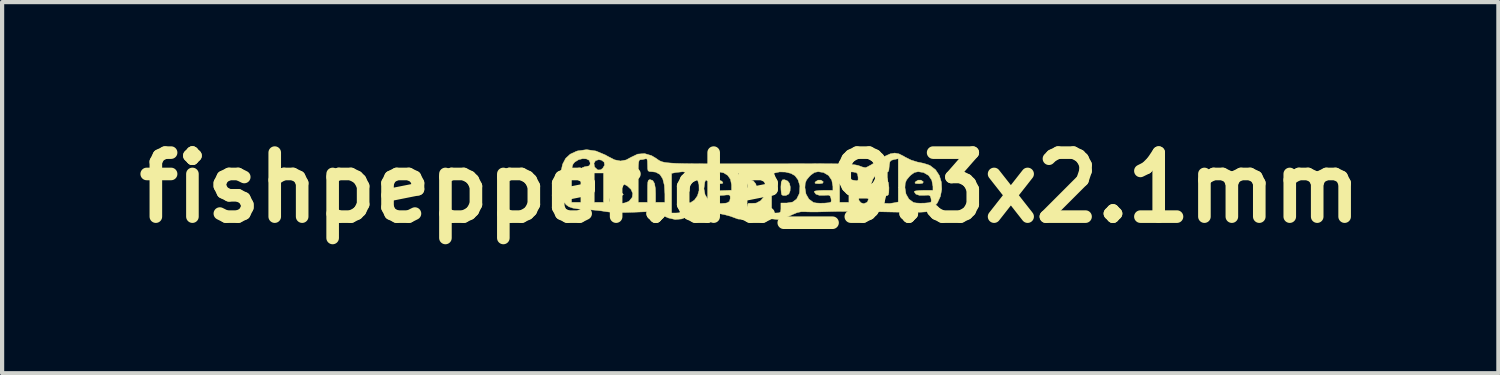
<source format=kicad_pcb>
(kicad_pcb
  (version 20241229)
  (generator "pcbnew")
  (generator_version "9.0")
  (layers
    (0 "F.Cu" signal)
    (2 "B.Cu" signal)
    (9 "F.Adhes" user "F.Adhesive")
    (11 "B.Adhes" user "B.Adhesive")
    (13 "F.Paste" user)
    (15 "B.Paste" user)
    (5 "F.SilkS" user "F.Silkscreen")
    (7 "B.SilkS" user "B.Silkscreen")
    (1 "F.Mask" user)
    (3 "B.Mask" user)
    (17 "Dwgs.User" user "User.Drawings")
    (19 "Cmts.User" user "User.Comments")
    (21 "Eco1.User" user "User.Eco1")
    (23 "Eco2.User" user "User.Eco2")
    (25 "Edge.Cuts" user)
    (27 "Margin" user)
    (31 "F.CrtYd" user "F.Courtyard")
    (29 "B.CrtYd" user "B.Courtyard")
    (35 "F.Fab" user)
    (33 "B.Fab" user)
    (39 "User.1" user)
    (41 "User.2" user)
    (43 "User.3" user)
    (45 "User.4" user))
  (footprint "fishpepper.de_9.3x2.1mm"
    (layer "F.Cu")
    (at 14.812 1.418)
    (property "Reference" "fishpepper.de_9.3x2.1mm" (at 0 0 0) (layer "F.SilkS") (effects (font (size 1.524 1.524) (thickness 0.3))))
    (attr through_hole)
    (fp_poly (pts (xy -0.678 -0.155) (xy -0.668 -0.144) (xy -0.649 -0.112) (xy -0.673 -0.098) (xy -0.745 -0.095) (xy -0.827 -0.104) (xy -0.851 -0.13) (xy -0.849 -0.135) (xy -0.808 -0.175) (xy -0.742 -0.182) (xy -0.678 -0.155)) (stroke (width 0.01) (type solid)) (fill yes) (layer "F.SilkS"))
    (fp_poly (pts (xy 1.733 -0.146) (xy 1.738 -0.135) (xy 1.723 -0.106) (xy 1.648 -0.095) (xy 1.634 -0.095) (xy 1.56 -0.099) (xy 1.538 -0.113) (xy 1.557 -0.144) (xy 1.615 -0.179) (xy 1.684 -0.179) (xy 1.733 -0.146)) (stroke (width 0.01) (type solid)) (fill yes) (layer "F.SilkS"))
    (fp_poly (pts (xy 4.114 -0.146) (xy 4.12 -0.135) (xy 4.104 -0.106) (xy 4.029 -0.095) (xy 4.015 -0.095) (xy 3.941 -0.099) (xy 3.92 -0.113) (xy 3.938 -0.144) (xy 3.997 -0.179) (xy 4.065 -0.179) (xy 4.114 -0.146)) (stroke (width 0.01) (type solid)) (fill yes) (layer "F.SilkS"))
    (fp_poly (pts (xy 3.254 -0.182) (xy 3.288 -0.122) (xy 3.302 -0.006) (xy 3.302 0.015) (xy 3.299 0.116) (xy 3.287 0.169) (xy 3.261 0.189) (xy 3.24 0.191) (xy 3.177 0.166) (xy 3.129 0.12) (xy 3.084 0.022) (xy 3.099 -0.07) (xy 3.138 -0.129) (xy 3.203 -0.186) (xy 3.254 -0.182)) (stroke (width 0.01) (type solid)) (fill yes) (layer "F.SilkS"))
    (fp_poly (pts (xy 0.073 -0.162) (xy 0.132 -0.089) (xy 0.159 0.01) (xy 0.159 0.02) (xy 0.138 0.124) (xy 0.075 0.18) (xy 0.01 0.191) (xy -0.031 0.186) (xy -0.053 0.161) (xy -0.062 0.101) (xy -0.064 0) (xy -0.061 -0.107) (xy -0.05 -0.165) (xy -0.027 -0.188) (xy -0.005 -0.191) (xy 0.073 -0.162)) (stroke (width 0.01) (type solid)) (fill yes) (layer "F.SilkS"))
    (fp_poly (pts (xy 0.891 -0.158) (xy 0.933 -0.104) (xy 0.953 -0.018) (xy 0.949 0.075) (xy 0.92 0.147) (xy 0.914 0.152) (xy 0.85 0.186) (xy 0.78 0.185) (xy 0.751 0.169) (xy 0.74 0.128) (xy 0.732 0.045) (xy 0.73 -0.021) (xy 0.738 -0.131) (xy 0.765 -0.185) (xy 0.818 -0.189) (xy 0.891 -0.158)) (stroke (width 0.01) (type solid)) (fill yes) (layer "F.SilkS"))
    (fp_poly (pts (xy -1.529 -0.161) (xy -1.526 -0.16) (xy -1.467 -0.1) (xy -1.442 -0.016) (xy -1.448 0.073) (xy -1.484 0.147) (xy -1.547 0.188) (xy -1.571 0.191) (xy -1.615 0.187) (xy -1.639 0.165) (xy -1.649 0.11) (xy -1.651 0.008) (xy -1.651 0) (xy -1.647 -0.114) (xy -1.629 -0.174) (xy -1.592 -0.187) (xy -1.529 -0.161)) (stroke (width 0.01) (type solid)) (fill yes) (layer "F.SilkS"))
    (fp_poly (pts (xy -3.675 -0.873) (xy -3.452 -0.78) (xy -3.392 -0.746) (xy -3.23 -0.663) (xy -3.088 -0.635) (xy -2.955 -0.66) (xy -2.841 -0.722) (xy -2.681 -0.799) (xy -2.517 -0.812) (xy -2.35 -0.763) (xy -2.243 -0.699) (xy -2.207 -0.673) (xy -2.174 -0.65) (xy -2.139 -0.632) (xy -2.097 -0.616) (xy -2.043 -0.603) (xy -1.973 -0.593) (xy -1.88 -0.585) (xy -1.761 -0.578) (xy -1.611 -0.574) (xy -1.425 -0.571) (xy -1.197 -0.569) (xy -0.923 -0.568) (xy -0.599 -0.568) (xy -0.218 -0.568) (xy 0.032 -0.568) (xy 0.291 -0.568) (xy 0.539 -0.568) (xy 0.766 -0.568) (xy 0.961 -0.569) (xy 1.117 -0.569) (xy 1.223 -0.569) (xy 1.254 -0.569) (xy 1.589 -0.571) (xy 1.865 -0.57) (xy 2.089 -0.567) (xy 2.265 -0.562) (xy 2.4 -0.554) (xy 2.498 -0.543) (xy 2.564 -0.53) (xy 2.588 -0.522) (xy 2.672 -0.491) (xy 2.736 -0.477) (xy 2.742 -0.476) (xy 2.786 -0.493) (xy 2.869 -0.538) (xy 2.977 -0.603) (xy 3.051 -0.651) (xy 3.209 -0.749) (xy 3.334 -0.806) (xy 3.44 -0.824) (xy 3.541 -0.805) (xy 3.651 -0.75) (xy 3.685 -0.729) (xy 3.827 -0.658) (xy 3.983 -0.609) (xy 4.011 -0.604) (xy 4.129 -0.579) (xy 4.237 -0.545) (xy 4.281 -0.527) (xy 4.412 -0.426) (xy 4.502 -0.29) (xy 4.55 -0.131) (xy 4.559 0.039) (xy 4.527 0.208) (xy 4.455 0.363) (xy 4.345 0.492) (xy 4.239 0.564) (xy 4.182 0.575) (xy 4.065 0.583) (xy 3.892 0.586) (xy 3.664 0.585) (xy 3.445 0.581) (xy 3.078 0.573) (xy 2.767 0.568) (xy 2.502 0.565) (xy 2.275 0.564) (xy 2.078 0.565) (xy 1.902 0.569) (xy 1.762 0.573) (xy 1.61 0.577) (xy 1.461 0.578) (xy 1.341 0.575) (xy 1.318 0.573) (xy 1.213 0.573) (xy 1.117 0.593) (xy 1.002 0.641) (xy 0.961 0.662) (xy 0.799 0.731) (xy 0.658 0.758) (xy 0.514 0.743) (xy 0.402 0.711) (xy 0.305 0.682) (xy 0.232 0.677) (xy 0.148 0.695) (xy 0.096 0.711) (xy -0.112 0.757) (xy -0.289 0.747) (xy -0.387 0.711) (xy -0.474 0.679) (xy -0.6 0.645) (xy -0.75 0.614) (xy -0.905 0.588) (xy -1.049 0.571) (xy -1.164 0.564) (xy -1.23 0.57) (xy -1.309 0.6) (xy -1.413 0.648) (xy -1.473 0.679) (xy -1.633 0.744) (xy -1.786 0.758) (xy -1.948 0.721) (xy -2.08 0.662) (xy -2.27 0.564) (xy -2.762 0.584) (xy -3.003 0.591) (xy -3.205 0.589) (xy -3.36 0.58) (xy -3.429 0.571) (xy -3.542 0.553) (xy -3.693 0.536) (xy -3.853 0.523) (xy -3.905 0.52) (xy -4.09 0.507) (xy -4.223 0.486) (xy -4.317 0.454) (xy -4.384 0.406) (xy -4.436 0.336) (xy -4.453 0.305) (xy -4.486 0.231) (xy -4.507 0.151) (xy -4.518 0.047) (xy -4.521 -0.089) (xy -4.255 -0.089) (xy -4.255 0.349) (xy -4.032 0.349) (xy -4.032 -0.159) (xy -3.921 -0.159) (xy -3.846 -0.164) (xy -3.816 -0.191) (xy -3.81 -0.254) (xy -3.816 -0.318) (xy -3.847 -0.344) (xy -3.921 -0.349) (xy -3.715 -0.349) (xy -3.715 0.349) (xy -3.493 0.349) (xy -3.493 0.296) (xy -3.352 0.296) (xy -3.342 0.337) (xy -3.285 0.365) (xy -3.197 0.379) (xy -3.094 0.379) (xy -2.991 0.364) (xy -2.905 0.333) (xy -2.878 0.315) (xy -2.81 0.23) (xy -2.798 0.135) (xy -2.839 0.04) (xy -2.928 -0.043) (xy -3.024 -0.092) (xy -3.097 -0.132) (xy -3.108 -0.159) (xy -2.667 -0.159) (xy -2.667 0.349) (xy -2.445 0.349) (xy -2.445 0.079) (xy -2.444 -0.052) (xy -2.438 -0.132) (xy -2.425 -0.174) (xy -2.402 -0.189) (xy -2.382 -0.191) (xy -2.32 -0.169) (xy -2.279 -0.099) (xy -2.258 0.022) (xy -2.254 0.141) (xy -2.254 0.349) (xy -2.032 0.349) (xy -2.032 0.151) (xy -2.045 -0.058) (xy -2.084 -0.212) (xy -2.151 -0.315) (xy -2.198 -0.341) (xy -1.873 -0.341) (xy -1.873 0.603) (xy -1.762 0.603) (xy -1.69 0.599) (xy -1.658 0.574) (xy -1.651 0.509) (xy -1.651 0.483) (xy -1.648 0.404) (xy -1.627 0.373) (xy -1.572 0.371) (xy -1.546 0.374) (xy -1.427 0.36) (xy -1.329 0.296) (xy -1.257 0.195) (xy -1.219 0.068) (xy -1.219 0.025) (xy -1.103 0.025) (xy -1.076 0.167) (xy -1.005 0.282) (xy -0.895 0.356) (xy -0.889 0.359) (xy -0.806 0.374) (xy -0.694 0.377) (xy -0.586 0.369) (xy -0.548 0.361) (xy -0.492 0.326) (xy -0.476 0.252) (xy -0.476 0.252) (xy -0.479 0.198) (xy -0.5 0.174) (xy -0.554 0.172) (xy -0.629 0.18) (xy -0.733 0.186) (xy -0.799 0.171) (xy -0.841 0.139) (xy -0.869 0.108) (xy -0.869 0.09) (xy -0.83 0.079) (xy -0.744 0.073) (xy -0.673 0.07) (xy -0.445 0.061) (xy -0.445 -0.067) (xy -0.47 -0.197) (xy -0.536 -0.293) (xy -0.613 -0.341) (xy -0.286 -0.341) (xy -0.286 0.603) (xy -0.175 0.603) (xy -0.103 0.599) (xy -0.071 0.574) (xy -0.064 0.51) (xy -0.064 0.481) (xy -0.06 0.402) (xy -0.041 0.371) (xy 0.005 0.371) (xy 0.016 0.373) (xy 0.14 0.368) (xy 0.249 0.31) (xy 0.331 0.211) (xy 0.376 0.08) (xy 0.381 0.017) (xy 0.356 -0.143) (xy 0.282 -0.264) (xy 0.201 -0.319) (xy 0.508 -0.319) (xy 0.508 0.603) (xy 0.619 0.603) (xy 0.692 0.599) (xy 0.723 0.573) (xy 0.73 0.508) (xy 0.73 0.484) (xy 0.73 0.365) (xy 0.872 0.365) (xy 1.008 0.343) (xy 1.104 0.272) (xy 1.164 0.151) (xy 1.174 0.114) (xy 1.18 -0.002) (xy 1.302 -0.002) (xy 1.327 0.151) (xy 1.397 0.273) (xy 1.505 0.352) (xy 1.568 0.365) (xy 1.663 0.37) (xy 1.769 0.368) (xy 1.861 0.36) (xy 1.917 0.346) (xy 1.922 0.342) (xy 1.929 0.302) (xy 1.92 0.246) (xy 1.902 0.198) (xy 1.867 0.178) (xy 1.795 0.179) (xy 1.76 0.183) (xy 1.644 0.182) (xy 1.562 0.153) (xy 1.525 0.101) (xy 1.524 0.091) (xy 1.553 0.078) (xy 1.63 0.068) (xy 1.737 0.064) (xy 1.746 0.064) (xy 1.968 0.064) (xy 1.968 0.015) (xy 2.127 0.015) (xy 2.127 0.349) (xy 2.349 0.349) (xy 2.349 0.216) (xy 2.577 0.216) (xy 2.588 0.302) (xy 2.636 0.36) (xy 2.704 0.381) (xy 2.774 0.353) (xy 2.794 0.334) (xy 2.817 0.264) (xy 2.812 0.205) (xy 2.788 0.148) (xy 2.74 0.131) (xy 2.69 0.133) (xy 2.613 0.152) (xy 2.581 0.198) (xy 2.577 0.216) (xy 2.349 0.216) (xy 2.349 0.04) (xy 2.87 0.04) (xy 2.897 0.162) (xy 2.961 0.266) (xy 3.026 0.319) (xy 3.159 0.371) (xy 3.319 0.377) (xy 3.425 0.361) (xy 3.524 0.341) (xy 3.524 -0.002) (xy 3.683 -0.002) (xy 3.708 0.151) (xy 3.778 0.273) (xy 3.886 0.352) (xy 3.949 0.365) (xy 4.045 0.37) (xy 4.15 0.368) (xy 4.242 0.36) (xy 4.298 0.346) (xy 4.304 0.342) (xy 4.31 0.302) (xy 4.301 0.246) (xy 4.283 0.198) (xy 4.248 0.178) (xy 4.176 0.179) (xy 4.141 0.183) (xy 4.026 0.182) (xy 3.943 0.153) (xy 3.906 0.101) (xy 3.905 0.091) (xy 3.934 0.078) (xy 4.011 0.068) (xy 4.119 0.064) (xy 4.128 0.064) (xy 4.35 0.064) (xy 4.35 -0.03) (xy 4.322 -0.178) (xy 4.246 -0.291) (xy 4.127 -0.361) (xy 3.998 -0.381) (xy 3.911 -0.363) (xy 3.826 -0.303) (xy 3.79 -0.268) (xy 3.721 -0.184) (xy 3.69 -0.105) (xy 3.683 -0.002) (xy 3.524 -0.002) (xy 3.524 -0.69) (xy 3.421 -0.67) (xy 3.357 -0.651) (xy 3.325 -0.617) (xy 3.312 -0.547) (xy 3.308 -0.505) (xy 3.3 -0.418) (xy 3.282 -0.378) (xy 3.241 -0.37) (xy 3.197 -0.374) (xy 3.081 -0.361) (xy 2.988 -0.3) (xy 2.919 -0.204) (xy 2.879 -0.086) (xy 2.87 0.04) (xy 2.349 0.04) (xy 2.349 -0.198) (xy 2.463 -0.176) (xy 2.537 -0.165) (xy 2.567 -0.18) (xy 2.568 -0.235) (xy 2.566 -0.26) (xy 2.554 -0.328) (xy 2.523 -0.36) (xy 2.452 -0.373) (xy 2.427 -0.375) (xy 2.32 -0.373) (xy 2.225 -0.356) (xy 2.213 -0.352) (xy 2.175 -0.335) (xy 2.15 -0.312) (xy 2.136 -0.271) (xy 2.129 -0.198) (xy 2.127 -0.082) (xy 2.127 0.015) (xy 1.968 0.015) (xy 1.968 -0.03) (xy 1.941 -0.178) (xy 1.864 -0.291) (xy 1.746 -0.361) (xy 1.617 -0.381) (xy 1.53 -0.363) (xy 1.445 -0.303) (xy 1.409 -0.268) (xy 1.34 -0.184) (xy 1.309 -0.105) (xy 1.302 -0.002) (xy 1.18 -0.002) (xy 1.182 -0.044) (xy 1.137 -0.189) (xy 1.065 -0.285) (xy 0.969 -0.34) (xy 0.839 -0.372) (xy 0.701 -0.376) (xy 0.595 -0.353) (xy 0.508 -0.319) (xy 0.201 -0.319) (xy 0.166 -0.343) (xy 0.011 -0.377) (xy -0.178 -0.363) (xy -0.187 -0.361) (xy -0.286 -0.341) (xy -0.613 -0.341) (xy -0.632 -0.353) (xy -0.743 -0.376) (xy -0.858 -0.362) (xy -0.963 -0.308) (xy -1.046 -0.214) (xy -1.082 -0.132) (xy -1.103 0.025) (xy -1.219 0.025) (xy -1.221 -0.071) (xy -1.249 -0.167) (xy -1.329 -0.285) (xy -1.451 -0.356) (xy -1.612 -0.379) (xy -1.774 -0.361) (xy -1.873 -0.341) (xy -2.198 -0.341) (xy -2.248 -0.369) (xy -2.341 -0.381) (xy -2.402 -0.384) (xy -2.433 -0.403) (xy -2.443 -0.454) (xy -2.445 -0.543) (xy -2.448 -0.638) (xy -2.46 -0.683) (xy -2.486 -0.689) (xy -2.495 -0.686) (xy -2.571 -0.669) (xy -2.606 -0.667) (xy -2.629 -0.663) (xy -2.645 -0.647) (xy -2.656 -0.608) (xy -2.663 -0.538) (xy -2.666 -0.427) (xy -2.667 -0.267) (xy -2.667 -0.159) (xy -3.108 -0.159) (xy -3.11 -0.166) (xy -3.067 -0.185) (xy -2.987 -0.182) (xy -2.905 -0.176) (xy -2.865 -0.192) (xy -2.844 -0.239) (xy -2.842 -0.246) (xy -2.839 -0.317) (xy -2.879 -0.359) (xy -2.969 -0.378) (xy -3.036 -0.381) (xy -3.169 -0.359) (xy -3.268 -0.299) (xy -3.324 -0.211) (xy -3.33 -0.106) (xy -3.304 -0.035) (xy -3.258 0.012) (xy -3.177 0.063) (xy -3.145 0.079) (xy -3.052 0.128) (xy -3.021 0.164) (xy -3.051 0.184) (xy -3.142 0.186) (xy -3.175 0.183) (xy -3.277 0.179) (xy -3.326 0.191) (xy -3.334 0.208) (xy -3.345 0.274) (xy -3.352 0.296) (xy -3.493 0.296) (xy -3.493 -0.349) (xy -3.715 -0.349) (xy -3.921 -0.349) (xy -3.923 -0.349) (xy -3.998 -0.354) (xy -4.027 -0.377) (xy -4.027 -0.421) (xy -4.002 -0.475) (xy -3.938 -0.499) (xy -3.913 -0.502) (xy -3.84 -0.518) (xy -3.813 -0.555) (xy -3.81 -0.581) (xy -3.721 -0.581) (xy -3.709 -0.503) (xy -3.696 -0.481) (xy -3.63 -0.422) (xy -3.56 -0.425) (xy -3.511 -0.463) (xy -3.467 -0.538) (xy -3.479 -0.607) (xy -3.539 -0.655) (xy -3.609 -0.667) (xy -3.685 -0.642) (xy -3.721 -0.581) (xy -3.81 -0.581) (xy -3.81 -0.587) (xy -3.835 -0.652) (xy -3.901 -0.686) (xy -3.99 -0.691) (xy -4.087 -0.666) (xy -4.176 -0.611) (xy -4.192 -0.594) (xy -4.218 -0.561) (xy -4.235 -0.518) (xy -4.246 -0.453) (xy -4.252 -0.354) (xy -4.254 -0.21) (xy -4.255 -0.089) (xy -4.521 -0.089) (xy -4.521 -0.099) (xy -4.521 -0.143) (xy -4.508 -0.377) (xy -4.467 -0.56) (xy -4.395 -0.697) (xy -4.287 -0.797) (xy -4.139 -0.866) (xy -4.107 -0.876) (xy -3.895 -0.905) (xy -3.675 -0.873)) (stroke (width 0.01) (type solid)) (fill yes) (layer "F.SilkS")))
  (gr_rect
    (start -3 -3)
    (end 32.624 5.836)
    (stroke (width 0.1) (type default))
    (fill no)
    (layer "Edge.Cuts")))
</source>
